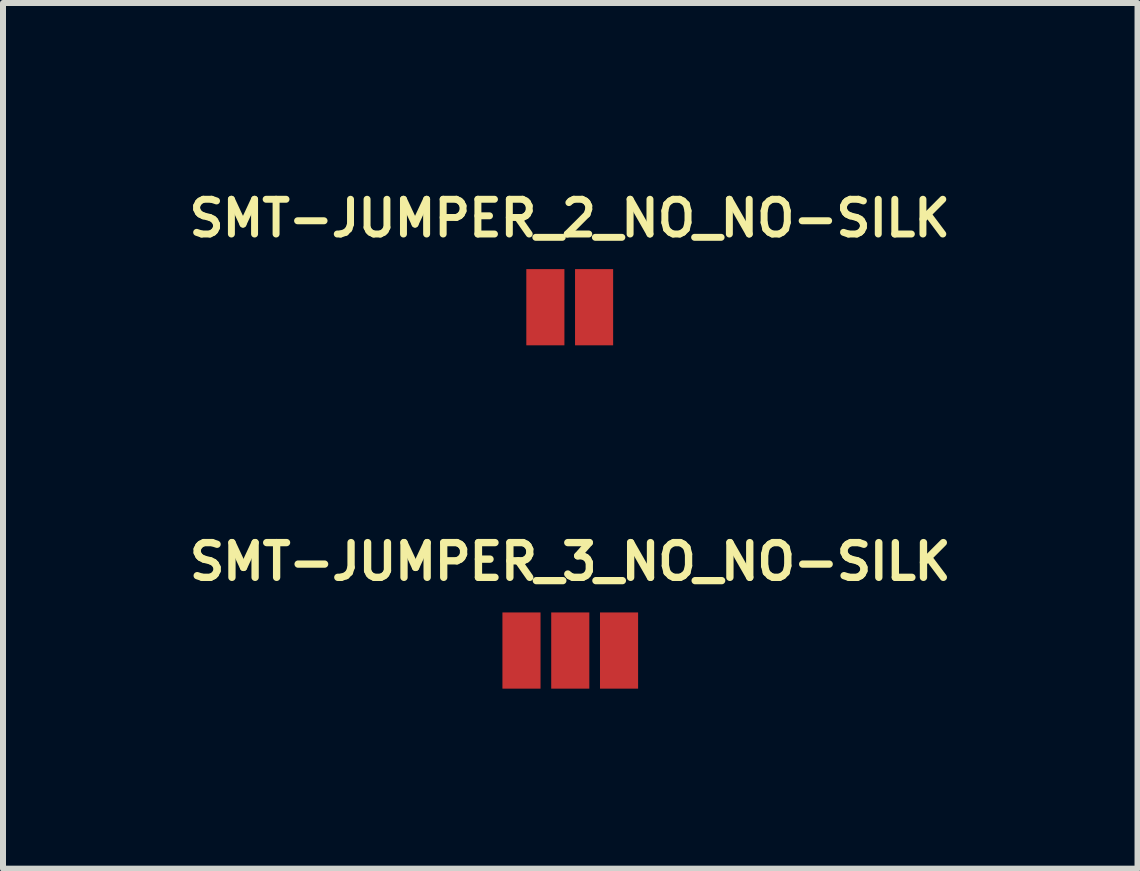
<source format=kicad_pcb>
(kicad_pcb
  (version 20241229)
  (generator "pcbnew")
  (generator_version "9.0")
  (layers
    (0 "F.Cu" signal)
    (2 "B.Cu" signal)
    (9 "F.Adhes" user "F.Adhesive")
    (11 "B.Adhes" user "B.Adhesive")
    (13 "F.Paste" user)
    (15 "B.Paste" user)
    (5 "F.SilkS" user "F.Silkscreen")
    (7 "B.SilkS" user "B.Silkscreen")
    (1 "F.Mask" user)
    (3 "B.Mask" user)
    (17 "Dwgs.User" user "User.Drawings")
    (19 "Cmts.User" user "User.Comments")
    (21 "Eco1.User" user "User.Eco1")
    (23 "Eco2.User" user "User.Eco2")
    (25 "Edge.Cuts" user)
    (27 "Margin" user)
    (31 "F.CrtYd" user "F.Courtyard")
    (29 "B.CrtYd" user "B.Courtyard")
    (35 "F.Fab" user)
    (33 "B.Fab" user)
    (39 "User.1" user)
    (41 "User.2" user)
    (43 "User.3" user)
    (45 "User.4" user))
  (footprint "SMT-JUMPER_3_NO_NO-SILK"
    (layer "F.Cu")
    (at 6.454 7.792)
    (property "Reference" "SMT-JUMPER_3_NO_NO-SILK" (at 0 -1.143 0) (layer "F.SilkS") (effects (font (size 0.579 0.579) (thickness 0.122)) (justify bottom)))
    (attr through_hole)
    (pad "1" smd rect (at -0.813 0) (size 0.635 1.27) (layers "F.Cu" "F.Mask"))
    (pad "2" smd rect (at 0 0) (size 0.635 1.27) (layers "F.Cu" "F.Mask"))
    (pad "3" smd rect (at 0.813 0) (size 0.635 1.27) (layers "F.Cu" "F.Mask")))
  (footprint "SMT-JUMPER_2_NO_NO-SILK"
    (layer "F.Cu")
    (at 6.445 2.07)
    (property "Reference" "SMT-JUMPER_2_NO_NO-SILK" (at 0 -1.143 0) (layer "F.SilkS") (effects (font (size 0.579 0.579) (thickness 0.116)) (justify bottom)))
    (attr through_hole)
    (pad "1" smd rect (at -0.406 0) (size 0.635 1.27) (layers "F.Cu" "F.Mask"))
    (pad "2" smd rect (at 0.406 0) (size 0.635 1.27) (layers "F.Cu" "F.Mask")))
  (gr_rect
    (start -3 -3)
    (end 15.908 11.427)
    (stroke (width 0.1) (type default))
    (fill no)
    (layer "Edge.Cuts")))
</source>
